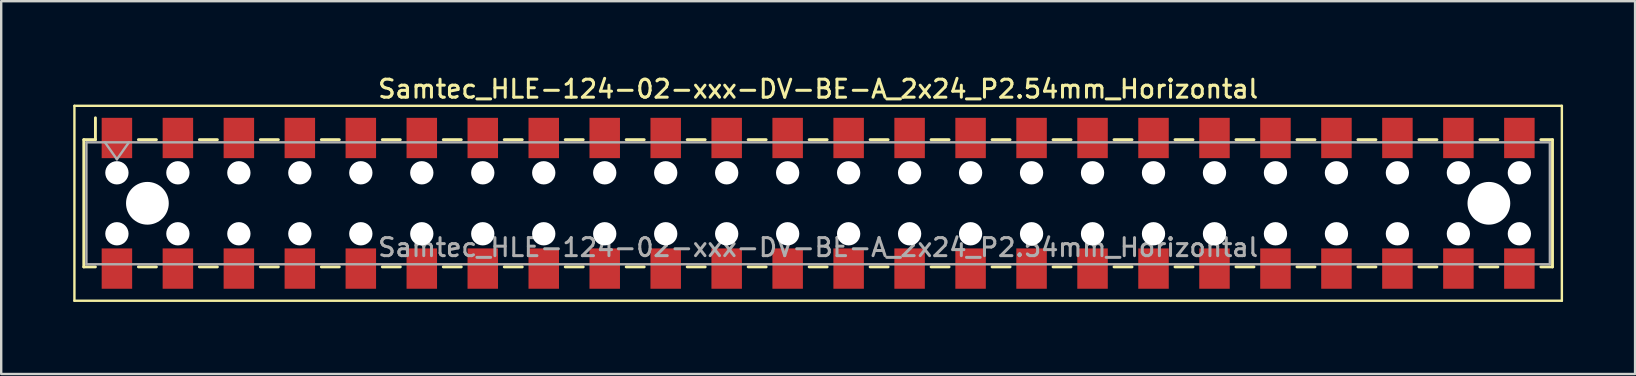
<source format=kicad_pcb>
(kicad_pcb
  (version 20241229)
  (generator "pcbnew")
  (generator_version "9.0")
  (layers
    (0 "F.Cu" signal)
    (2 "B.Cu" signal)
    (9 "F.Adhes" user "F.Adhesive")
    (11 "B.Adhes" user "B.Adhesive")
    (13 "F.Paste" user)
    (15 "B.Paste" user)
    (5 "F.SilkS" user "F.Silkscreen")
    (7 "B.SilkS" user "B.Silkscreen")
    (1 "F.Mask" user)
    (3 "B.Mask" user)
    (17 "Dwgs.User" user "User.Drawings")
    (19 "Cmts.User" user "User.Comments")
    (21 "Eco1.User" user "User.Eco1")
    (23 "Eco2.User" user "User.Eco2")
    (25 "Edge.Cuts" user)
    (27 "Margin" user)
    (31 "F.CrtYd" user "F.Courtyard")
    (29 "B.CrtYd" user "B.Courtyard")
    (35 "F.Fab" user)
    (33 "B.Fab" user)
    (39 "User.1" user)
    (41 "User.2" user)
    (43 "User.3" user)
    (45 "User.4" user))
  (footprint "Samtec_HLE-124-02-xxx-DV-BE-A_2x24_P2.54mm_Horizontal"
    (layer "F.Cu")
    (at 31.03 5.418)
    (property "Reference" "Samtec_HLE-124-02-xxx-DV-BE-A_2x24_P2.54mm_Horizontal" (at 0 -4.76 0) (layer "F.SilkS") (effects (font (size 0.75 0.75) (thickness 0.125))))
    (attr smd)
    (fp_line (start -30.98 -4.06) (end 30.98 -4.06) (stroke (width 0.1) (type solid)) (layer "F.SilkS"))
    (fp_line (start -30.98 4.06) (end -30.98 -4.06) (stroke (width 0.1) (type solid)) (layer "F.SilkS"))
    (fp_line (start -30.59 -2.65) (end -30.59 2.65) (stroke (width 0.12) (type solid)) (layer "F.SilkS"))
    (fp_line (start -30.59 2.65) (end -30.105 2.65) (stroke (width 0.12) (type solid)) (layer "F.SilkS"))
    (fp_line (start -30.105 -3.56) (end -30.105 -2.65) (stroke (width 0.12) (type solid)) (layer "F.SilkS"))
    (fp_line (start -30.105 -2.65) (end -30.59 -2.65) (stroke (width 0.12) (type solid)) (layer "F.SilkS"))
    (fp_line (start -28.315 -2.65) (end -27.565 -2.65) (stroke (width 0.12) (type solid)) (layer "F.SilkS"))
    (fp_line (start -28.315 2.65) (end -27.565 2.65) (stroke (width 0.12) (type solid)) (layer "F.SilkS"))
    (fp_line (start -25.775 -2.65) (end -25.025 -2.65) (stroke (width 0.12) (type solid)) (layer "F.SilkS"))
    (fp_line (start -25.775 2.65) (end -25.025 2.65) (stroke (width 0.12) (type solid)) (layer "F.SilkS"))
    (fp_line (start -23.235 -2.65) (end -22.485 -2.65) (stroke (width 0.12) (type solid)) (layer "F.SilkS"))
    (fp_line (start -23.235 2.65) (end -22.485 2.65) (stroke (width 0.12) (type solid)) (layer "F.SilkS"))
    (fp_line (start -20.695 -2.65) (end -19.945 -2.65) (stroke (width 0.12) (type solid)) (layer "F.SilkS"))
    (fp_line (start -20.695 2.65) (end -19.945 2.65) (stroke (width 0.12) (type solid)) (layer "F.SilkS"))
    (fp_line (start -18.155 -2.65) (end -17.405 -2.65) (stroke (width 0.12) (type solid)) (layer "F.SilkS"))
    (fp_line (start -18.155 2.65) (end -17.405 2.65) (stroke (width 0.12) (type solid)) (layer "F.SilkS"))
    (fp_line (start -15.615 -2.65) (end -14.865 -2.65) (stroke (width 0.12) (type solid)) (layer "F.SilkS"))
    (fp_line (start -15.615 2.65) (end -14.865 2.65) (stroke (width 0.12) (type solid)) (layer "F.SilkS"))
    (fp_line (start -13.075 -2.65) (end -12.325 -2.65) (stroke (width 0.12) (type solid)) (layer "F.SilkS"))
    (fp_line (start -13.075 2.65) (end -12.325 2.65) (stroke (width 0.12) (type solid)) (layer "F.SilkS"))
    (fp_line (start -10.535 -2.65) (end -9.785 -2.65) (stroke (width 0.12) (type solid)) (layer "F.SilkS"))
    (fp_line (start -10.535 2.65) (end -9.785 2.65) (stroke (width 0.12) (type solid)) (layer "F.SilkS"))
    (fp_line (start -7.995 -2.65) (end -7.245 -2.65) (stroke (width 0.12) (type solid)) (layer "F.SilkS"))
    (fp_line (start -7.995 2.65) (end -7.245 2.65) (stroke (width 0.12) (type solid)) (layer "F.SilkS"))
    (fp_line (start -5.455 -2.65) (end -4.705 -2.65) (stroke (width 0.12) (type solid)) (layer "F.SilkS"))
    (fp_line (start -5.455 2.65) (end -4.705 2.65) (stroke (width 0.12) (type solid)) (layer "F.SilkS"))
    (fp_line (start -2.915 -2.65) (end -2.165 -2.65) (stroke (width 0.12) (type solid)) (layer "F.SilkS"))
    (fp_line (start -2.915 2.65) (end -2.165 2.65) (stroke (width 0.12) (type solid)) (layer "F.SilkS"))
    (fp_line (start -0.375 -2.65) (end 0.375 -2.65) (stroke (width 0.12) (type solid)) (layer "F.SilkS"))
    (fp_line (start -0.375 2.65) (end 0.375 2.65) (stroke (width 0.12) (type solid)) (layer "F.SilkS"))
    (fp_line (start 2.165 -2.65) (end 2.915 -2.65) (stroke (width 0.12) (type solid)) (layer "F.SilkS"))
    (fp_line (start 2.165 2.65) (end 2.915 2.65) (stroke (width 0.12) (type solid)) (layer "F.SilkS"))
    (fp_line (start 4.705 -2.65) (end 5.455 -2.65) (stroke (width 0.12) (type solid)) (layer "F.SilkS"))
    (fp_line (start 4.705 2.65) (end 5.455 2.65) (stroke (width 0.12) (type solid)) (layer "F.SilkS"))
    (fp_line (start 7.245 -2.65) (end 7.995 -2.65) (stroke (width 0.12) (type solid)) (layer "F.SilkS"))
    (fp_line (start 7.245 2.65) (end 7.995 2.65) (stroke (width 0.12) (type solid)) (layer "F.SilkS"))
    (fp_line (start 9.785 -2.65) (end 10.535 -2.65) (stroke (width 0.12) (type solid)) (layer "F.SilkS"))
    (fp_line (start 9.785 2.65) (end 10.535 2.65) (stroke (width 0.12) (type solid)) (layer "F.SilkS"))
    (fp_line (start 12.325 -2.65) (end 13.075 -2.65) (stroke (width 0.12) (type solid)) (layer "F.SilkS"))
    (fp_line (start 12.325 2.65) (end 13.075 2.65) (stroke (width 0.12) (type solid)) (layer "F.SilkS"))
    (fp_line (start 14.865 -2.65) (end 15.615 -2.65) (stroke (width 0.12) (type solid)) (layer "F.SilkS"))
    (fp_line (start 14.865 2.65) (end 15.615 2.65) (stroke (width 0.12) (type solid)) (layer "F.SilkS"))
    (fp_line (start 17.405 -2.65) (end 18.155 -2.65) (stroke (width 0.12) (type solid)) (layer "F.SilkS"))
    (fp_line (start 17.405 2.65) (end 18.155 2.65) (stroke (width 0.12) (type solid)) (layer "F.SilkS"))
    (fp_line (start 19.945 -2.65) (end 20.695 -2.65) (stroke (width 0.12) (type solid)) (layer "F.SilkS"))
    (fp_line (start 19.945 2.65) (end 20.695 2.65) (stroke (width 0.12) (type solid)) (layer "F.SilkS"))
    (fp_line (start 22.485 -2.65) (end 23.235 -2.65) (stroke (width 0.12) (type solid)) (layer "F.SilkS"))
    (fp_line (start 22.485 2.65) (end 23.235 2.65) (stroke (width 0.12) (type solid)) (layer "F.SilkS"))
    (fp_line (start 25.025 -2.65) (end 25.775 -2.65) (stroke (width 0.12) (type solid)) (layer "F.SilkS"))
    (fp_line (start 25.025 2.65) (end 25.775 2.65) (stroke (width 0.12) (type solid)) (layer "F.SilkS"))
    (fp_line (start 27.565 -2.65) (end 28.315 -2.65) (stroke (width 0.12) (type solid)) (layer "F.SilkS"))
    (fp_line (start 27.565 2.65) (end 28.315 2.65) (stroke (width 0.12) (type solid)) (layer "F.SilkS"))
    (fp_line (start 30.105 -2.65) (end 30.59 -2.65) (stroke (width 0.12) (type solid)) (layer "F.SilkS"))
    (fp_line (start 30.59 -2.65) (end 30.59 2.65) (stroke (width 0.12) (type solid)) (layer "F.SilkS"))
    (fp_line (start 30.59 2.65) (end 30.105 2.65) (stroke (width 0.12) (type solid)) (layer "F.SilkS"))
    (fp_line (start 30.98 -4.06) (end 30.98 4.06) (stroke (width 0.1) (type solid)) (layer "F.SilkS"))
    (fp_line (start 30.98 4.06) (end -30.98 4.06) (stroke (width 0.1) (type solid)) (layer "F.SilkS"))
    (fp_line (start -30.48 -2.54) (end 30.48 -2.54) (stroke (width 0.1) (type solid)) (layer "F.Fab"))
    (fp_line (start -30.48 2.54) (end -30.48 -2.54) (stroke (width 0.1) (type solid)) (layer "F.Fab"))
    (fp_line (start -29.71 -2.54) (end -29.21 -1.833) (stroke (width 0.1) (type solid)) (layer "F.Fab"))
    (fp_line (start -29.21 -1.833) (end -28.71 -2.54) (stroke (width 0.1) (type solid)) (layer "F.Fab"))
    (fp_line (start 30.48 -2.54) (end 30.48 2.54) (stroke (width 0.1) (type solid)) (layer "F.Fab"))
    (fp_line (start 30.48 2.54) (end -30.48 2.54) (stroke (width 0.1) (type solid)) (layer "F.Fab"))
    (fp_text user "${REFERENCE}" (at 0 1.84 0) (layer "F.Fab") (effects (font (size 0.75 0.75) (thickness 0.125))))
    (pad "" np_thru_hole circle (at -29.21 -1.27) (size 0.97 0.97) (drill 0.97) (layers "*.Cu" "*.Mask"))
    (pad "" np_thru_hole circle (at -29.21 1.27) (size 0.97 0.97) (drill 0.97) (layers "*.Cu" "*.Mask"))
    (pad "" np_thru_hole circle (at -27.94 0) (size 1.78 1.78) (drill 1.78) (layers "*.Cu" "*.Mask"))
    (pad "" np_thru_hole circle (at -26.67 -1.27) (size 0.97 0.97) (drill 0.97) (layers "*.Cu" "*.Mask"))
    (pad "" np_thru_hole circle (at -26.67 1.27) (size 0.97 0.97) (drill 0.97) (layers "*.Cu" "*.Mask"))
    (pad "" np_thru_hole circle (at -24.13 -1.27) (size 0.97 0.97) (drill 0.97) (layers "*.Cu" "*.Mask"))
    (pad "" np_thru_hole circle (at -24.13 1.27) (size 0.97 0.97) (drill 0.97) (layers "*.Cu" "*.Mask"))
    (pad "" np_thru_hole circle (at -21.59 -1.27) (size 0.97 0.97) (drill 0.97) (layers "*.Cu" "*.Mask"))
    (pad "" np_thru_hole circle (at -21.59 1.27) (size 0.97 0.97) (drill 0.97) (layers "*.Cu" "*.Mask"))
    (pad "" np_thru_hole circle (at -19.05 -1.27) (size 0.97 0.97) (drill 0.97) (layers "*.Cu" "*.Mask"))
    (pad "" np_thru_hole circle (at -19.05 1.27) (size 0.97 0.97) (drill 0.97) (layers "*.Cu" "*.Mask"))
    (pad "" np_thru_hole circle (at -16.51 -1.27) (size 0.97 0.97) (drill 0.97) (layers "*.Cu" "*.Mask"))
    (pad "" np_thru_hole circle (at -16.51 1.27) (size 0.97 0.97) (drill 0.97) (layers "*.Cu" "*.Mask"))
    (pad "" np_thru_hole circle (at -13.97 -1.27) (size 0.97 0.97) (drill 0.97) (layers "*.Cu" "*.Mask"))
    (pad "" np_thru_hole circle (at -13.97 1.27) (size 0.97 0.97) (drill 0.97) (layers "*.Cu" "*.Mask"))
    (pad "" np_thru_hole circle (at -11.43 -1.27) (size 0.97 0.97) (drill 0.97) (layers "*.Cu" "*.Mask"))
    (pad "" np_thru_hole circle (at -11.43 1.27) (size 0.97 0.97) (drill 0.97) (layers "*.Cu" "*.Mask"))
    (pad "" np_thru_hole circle (at -8.89 -1.27) (size 0.97 0.97) (drill 0.97) (layers "*.Cu" "*.Mask"))
    (pad "" np_thru_hole circle (at -8.89 1.27) (size 0.97 0.97) (drill 0.97) (layers "*.Cu" "*.Mask"))
    (pad "" np_thru_hole circle (at -6.35 -1.27) (size 0.97 0.97) (drill 0.97) (layers "*.Cu" "*.Mask"))
    (pad "" np_thru_hole circle (at -6.35 1.27) (size 0.97 0.97) (drill 0.97) (layers "*.Cu" "*.Mask"))
    (pad "" np_thru_hole circle (at -3.81 -1.27) (size 0.97 0.97) (drill 0.97) (layers "*.Cu" "*.Mask"))
    (pad "" np_thru_hole circle (at -3.81 1.27) (size 0.97 0.97) (drill 0.97) (layers "*.Cu" "*.Mask"))
    (pad "" np_thru_hole circle (at -1.27 -1.27) (size 0.97 0.97) (drill 0.97) (layers "*.Cu" "*.Mask"))
    (pad "" np_thru_hole circle (at -1.27 1.27) (size 0.97 0.97) (drill 0.97) (layers "*.Cu" "*.Mask"))
    (pad "" np_thru_hole circle (at 1.27 -1.27) (size 0.97 0.97) (drill 0.97) (layers "*.Cu" "*.Mask"))
    (pad "" np_thru_hole circle (at 1.27 1.27) (size 0.97 0.97) (drill 0.97) (layers "*.Cu" "*.Mask"))
    (pad "" np_thru_hole circle (at 3.81 -1.27) (size 0.97 0.97) (drill 0.97) (layers "*.Cu" "*.Mask"))
    (pad "" np_thru_hole circle (at 3.81 1.27) (size 0.97 0.97) (drill 0.97) (layers "*.Cu" "*.Mask"))
    (pad "" np_thru_hole circle (at 6.35 -1.27) (size 0.97 0.97) (drill 0.97) (layers "*.Cu" "*.Mask"))
    (pad "" np_thru_hole circle (at 6.35 1.27) (size 0.97 0.97) (drill 0.97) (layers "*.Cu" "*.Mask"))
    (pad "" np_thru_hole circle (at 8.89 -1.27) (size 0.97 0.97) (drill 0.97) (layers "*.Cu" "*.Mask"))
    (pad "" np_thru_hole circle (at 8.89 1.27) (size 0.97 0.97) (drill 0.97) (layers "*.Cu" "*.Mask"))
    (pad "" np_thru_hole circle (at 11.43 -1.27) (size 0.97 0.97) (drill 0.97) (layers "*.Cu" "*.Mask"))
    (pad "" np_thru_hole circle (at 11.43 1.27) (size 0.97 0.97) (drill 0.97) (layers "*.Cu" "*.Mask"))
    (pad "" np_thru_hole circle (at 13.97 -1.27) (size 0.97 0.97) (drill 0.97) (layers "*.Cu" "*.Mask"))
    (pad "" np_thru_hole circle (at 13.97 1.27) (size 0.97 0.97) (drill 0.97) (layers "*.Cu" "*.Mask"))
    (pad "" np_thru_hole circle (at 16.51 -1.27) (size 0.97 0.97) (drill 0.97) (layers "*.Cu" "*.Mask"))
    (pad "" np_thru_hole circle (at 16.51 1.27) (size 0.97 0.97) (drill 0.97) (layers "*.Cu" "*.Mask"))
    (pad "" np_thru_hole circle (at 19.05 -1.27) (size 0.97 0.97) (drill 0.97) (layers "*.Cu" "*.Mask"))
    (pad "" np_thru_hole circle (at 19.05 1.27) (size 0.97 0.97) (drill 0.97) (layers "*.Cu" "*.Mask"))
    (pad "" np_thru_hole circle (at 21.59 -1.27) (size 0.97 0.97) (drill 0.97) (layers "*.Cu" "*.Mask"))
    (pad "" np_thru_hole circle (at 21.59 1.27) (size 0.97 0.97) (drill 0.97) (layers "*.Cu" "*.Mask"))
    (pad "" np_thru_hole circle (at 24.13 -1.27) (size 0.97 0.97) (drill 0.97) (layers "*.Cu" "*.Mask"))
    (pad "" np_thru_hole circle (at 24.13 1.27) (size 0.97 0.97) (drill 0.97) (layers "*.Cu" "*.Mask"))
    (pad "" np_thru_hole circle (at 26.67 -1.27) (size 0.97 0.97) (drill 0.97) (layers "*.Cu" "*.Mask"))
    (pad "" np_thru_hole circle (at 26.67 1.27) (size 0.97 0.97) (drill 0.97) (layers "*.Cu" "*.Mask"))
    (pad "" np_thru_hole circle (at 27.94 0) (size 1.78 1.78) (drill 1.78) (layers "*.Cu" "*.Mask"))
    (pad "" np_thru_hole circle (at 29.21 -1.27) (size 0.97 0.97) (drill 0.97) (layers "*.Cu" "*.Mask"))
    (pad "" np_thru_hole circle (at 29.21 1.27) (size 0.97 0.97) (drill 0.97) (layers "*.Cu" "*.Mask"))
    (pad "1" smd rect (at -29.21 -2.72) (size 1.27 1.68) (layers "F.Cu" "F.Mask" "F.Paste"))
    (pad "2" smd rect (at -29.21 2.72) (size 1.27 1.68) (layers "F.Cu" "F.Mask" "F.Paste"))
    (pad "3" smd rect (at -26.67 -2.72) (size 1.27 1.68) (layers "F.Cu" "F.Mask" "F.Paste"))
    (pad "4" smd rect (at -26.67 2.72) (size 1.27 1.68) (layers "F.Cu" "F.Mask" "F.Paste"))
    (pad "5" smd rect (at -24.13 -2.72) (size 1.27 1.68) (layers "F.Cu" "F.Mask" "F.Paste"))
    (pad "6" smd rect (at -24.13 2.72) (size 1.27 1.68) (layers "F.Cu" "F.Mask" "F.Paste"))
    (pad "7" smd rect (at -21.59 -2.72) (size 1.27 1.68) (layers "F.Cu" "F.Mask" "F.Paste"))
    (pad "8" smd rect (at -21.59 2.72) (size 1.27 1.68) (layers "F.Cu" "F.Mask" "F.Paste"))
    (pad "9" smd rect (at -19.05 -2.72) (size 1.27 1.68) (layers "F.Cu" "F.Mask" "F.Paste"))
    (pad "10" smd rect (at -19.05 2.72) (size 1.27 1.68) (layers "F.Cu" "F.Mask" "F.Paste"))
    (pad "11" smd rect (at -16.51 -2.72) (size 1.27 1.68) (layers "F.Cu" "F.Mask" "F.Paste"))
    (pad "12" smd rect (at -16.51 2.72) (size 1.27 1.68) (layers "F.Cu" "F.Mask" "F.Paste"))
    (pad "13" smd rect (at -13.97 -2.72) (size 1.27 1.68) (layers "F.Cu" "F.Mask" "F.Paste"))
    (pad "14" smd rect (at -13.97 2.72) (size 1.27 1.68) (layers "F.Cu" "F.Mask" "F.Paste"))
    (pad "15" smd rect (at -11.43 -2.72) (size 1.27 1.68) (layers "F.Cu" "F.Mask" "F.Paste"))
    (pad "16" smd rect (at -11.43 2.72) (size 1.27 1.68) (layers "F.Cu" "F.Mask" "F.Paste"))
    (pad "17" smd rect (at -8.89 -2.72) (size 1.27 1.68) (layers "F.Cu" "F.Mask" "F.Paste"))
    (pad "18" smd rect (at -8.89 2.72) (size 1.27 1.68) (layers "F.Cu" "F.Mask" "F.Paste"))
    (pad "19" smd rect (at -6.35 -2.72) (size 1.27 1.68) (layers "F.Cu" "F.Mask" "F.Paste"))
    (pad "20" smd rect (at -6.35 2.72) (size 1.27 1.68) (layers "F.Cu" "F.Mask" "F.Paste"))
    (pad "21" smd rect (at -3.81 -2.72) (size 1.27 1.68) (layers "F.Cu" "F.Mask" "F.Paste"))
    (pad "22" smd rect (at -3.81 2.72) (size 1.27 1.68) (layers "F.Cu" "F.Mask" "F.Paste"))
    (pad "23" smd rect (at -1.27 -2.72) (size 1.27 1.68) (layers "F.Cu" "F.Mask" "F.Paste"))
    (pad "24" smd rect (at -1.27 2.72) (size 1.27 1.68) (layers "F.Cu" "F.Mask" "F.Paste"))
    (pad "25" smd rect (at 1.27 -2.72) (size 1.27 1.68) (layers "F.Cu" "F.Mask" "F.Paste"))
    (pad "26" smd rect (at 1.27 2.72) (size 1.27 1.68) (layers "F.Cu" "F.Mask" "F.Paste"))
    (pad "27" smd rect (at 3.81 -2.72) (size 1.27 1.68) (layers "F.Cu" "F.Mask" "F.Paste"))
    (pad "28" smd rect (at 3.81 2.72) (size 1.27 1.68) (layers "F.Cu" "F.Mask" "F.Paste"))
    (pad "29" smd rect (at 6.35 -2.72) (size 1.27 1.68) (layers "F.Cu" "F.Mask" "F.Paste"))
    (pad "30" smd rect (at 6.35 2.72) (size 1.27 1.68) (layers "F.Cu" "F.Mask" "F.Paste"))
    (pad "31" smd rect (at 8.89 -2.72) (size 1.27 1.68) (layers "F.Cu" "F.Mask" "F.Paste"))
    (pad "32" smd rect (at 8.89 2.72) (size 1.27 1.68) (layers "F.Cu" "F.Mask" "F.Paste"))
    (pad "33" smd rect (at 11.43 -2.72) (size 1.27 1.68) (layers "F.Cu" "F.Mask" "F.Paste"))
    (pad "34" smd rect (at 11.43 2.72) (size 1.27 1.68) (layers "F.Cu" "F.Mask" "F.Paste"))
    (pad "35" smd rect (at 13.97 -2.72) (size 1.27 1.68) (layers "F.Cu" "F.Mask" "F.Paste"))
    (pad "36" smd rect (at 13.97 2.72) (size 1.27 1.68) (layers "F.Cu" "F.Mask" "F.Paste"))
    (pad "37" smd rect (at 16.51 -2.72) (size 1.27 1.68) (layers "F.Cu" "F.Mask" "F.Paste"))
    (pad "38" smd rect (at 16.51 2.72) (size 1.27 1.68) (layers "F.Cu" "F.Mask" "F.Paste"))
    (pad "39" smd rect (at 19.05 -2.72) (size 1.27 1.68) (layers "F.Cu" "F.Mask" "F.Paste"))
    (pad "40" smd rect (at 19.05 2.72) (size 1.27 1.68) (layers "F.Cu" "F.Mask" "F.Paste"))
    (pad "41" smd rect (at 21.59 -2.72) (size 1.27 1.68) (layers "F.Cu" "F.Mask" "F.Paste"))
    (pad "42" smd rect (at 21.59 2.72) (size 1.27 1.68) (layers "F.Cu" "F.Mask" "F.Paste"))
    (pad "43" smd rect (at 24.13 -2.72) (size 1.27 1.68) (layers "F.Cu" "F.Mask" "F.Paste"))
    (pad "44" smd rect (at 24.13 2.72) (size 1.27 1.68) (layers "F.Cu" "F.Mask" "F.Paste"))
    (pad "45" smd rect (at 26.67 -2.72) (size 1.27 1.68) (layers "F.Cu" "F.Mask" "F.Paste"))
    (pad "46" smd rect (at 26.67 2.72) (size 1.27 1.68) (layers "F.Cu" "F.Mask" "F.Paste"))
    (pad "47" smd rect (at 29.21 -2.72) (size 1.27 1.68) (layers "F.Cu" "F.Mask" "F.Paste"))
    (pad "48" smd rect (at 29.21 2.72) (size 1.27 1.68) (layers "F.Cu" "F.Mask" "F.Paste")))
  (gr_rect
    (start -3 -3)
    (end 65.06 12.528)
    (stroke (width 0.1) (type default))
    (fill no)
    (layer "Edge.Cuts")))
</source>
